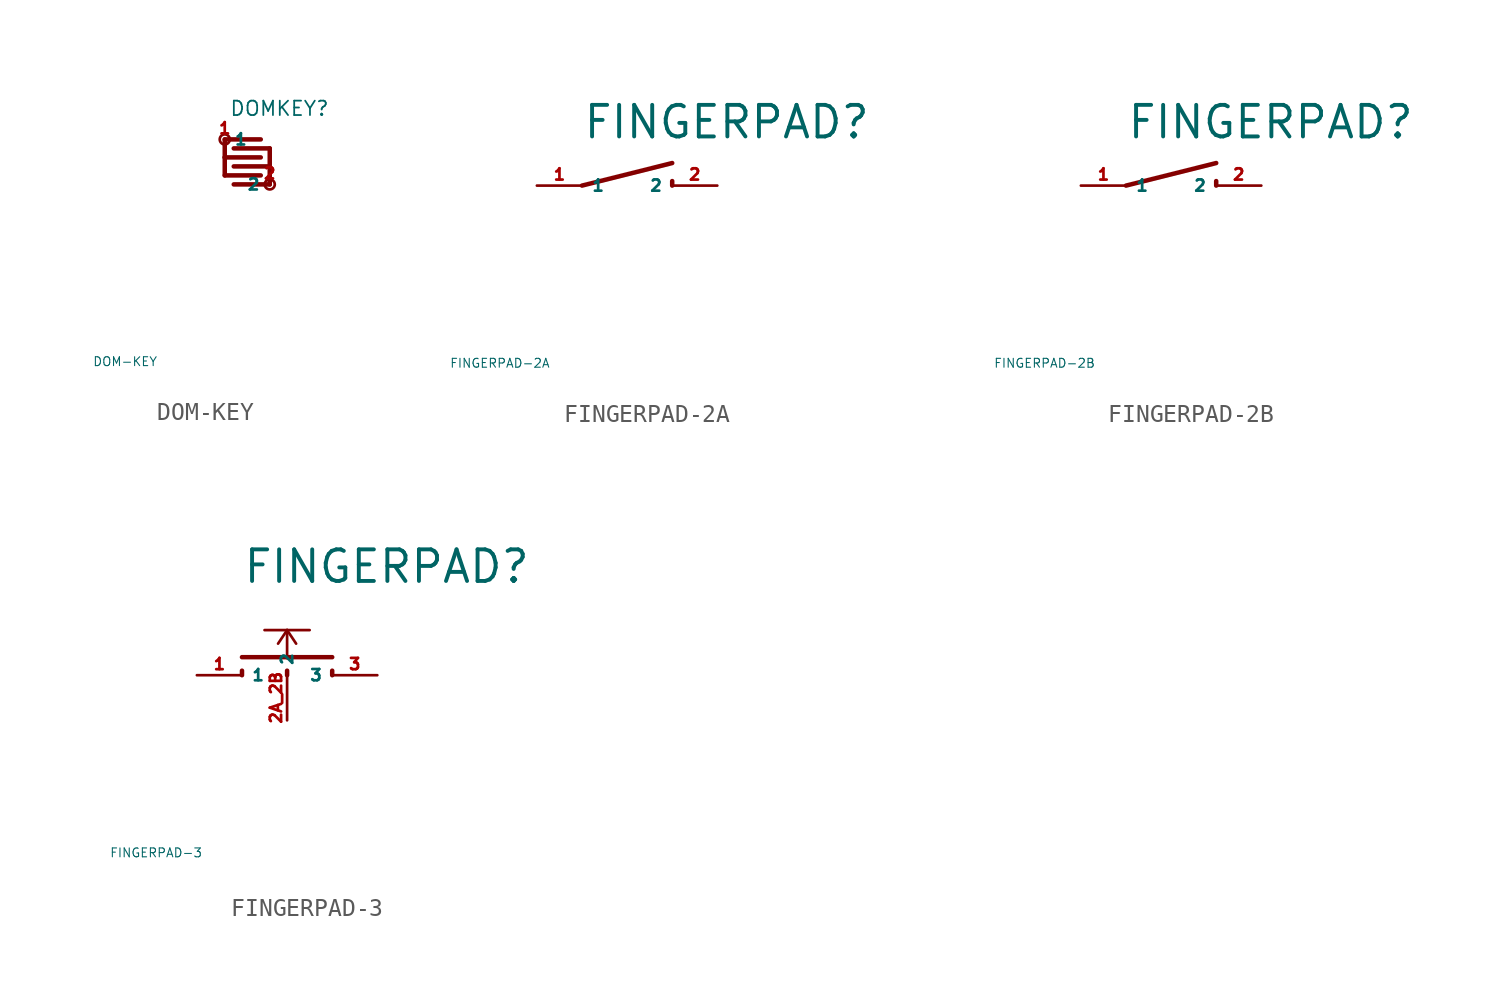
<source format=kicad_sym>
(kicad_symbol_lib
  (version 20220914)
  (generator Eagle2Kicad)
  (symbol "DOM-KEY"
    (property "Reference" "DOMKEY"
      (at -2.286 3.81 0)
      (effects (font (size 0.813 0.813) (thickness 0.10)) (justify left bottom)))
    (property "Value" "DOM-KEY"
      (at -10 -10 0)
      (effects (font (size 0.5 0.5) (thickness 0.06)) (justify left)))
    (polyline
      (pts (xy -2.54 1.524) (xy -2.54 0.508))
      (stroke (width 0.254) (type default))
      (fill (type none)))
    (polyline
      (pts (xy -2.54 0.508) (xy -0.508 0.508))
      (stroke (width 0.254) (type default))
      (fill (type none)))
    (polyline
      (pts (xy -2.54 1.524) (xy -0.508 1.524))
      (stroke (width 0.254) (type default))
      (fill (type none)))
    (polyline
      (pts (xy -2.032 1.016) (xy 0 1.016))
      (stroke (width 0.254) (type default))
      (fill (type none)))
    (polyline
      (pts (xy 0 2.032) (xy 0 1.016))
      (stroke (width 0.254) (type default))
      (fill (type none)))
    (polyline
      (pts (xy 0 1.016) (xy 0 0))
      (stroke (width 0.254) (type default))
      (fill (type none)))
    (polyline
      (pts (xy -2.54 1.524) (xy -2.54 2.54))
      (stroke (width 0.254) (type default))
      (fill (type none)))
    (polyline
      (pts (xy -2.54 2.54) (xy -0.508 2.54))
      (stroke (width 0.254) (type default))
      (fill (type none)))
    (polyline
      (pts (xy -2.032 2.032) (xy 0 2.032))
      (stroke (width 0.254) (type default))
      (fill (type none)))
    (polyline
      (pts (xy -2.032 0) (xy 0 0))
      (stroke (width 0.254) (type default))
      (fill (type none)))
    (circle
      (center -2.54 2.54)
      (radius 0.284)
      (stroke (width 0) (type default))
      (fill (type none)))
    (circle
      (center 0 0)
      (radius 0.284)
      (stroke (width 0) (type default))
      (fill (type none)))
    (pin passive line
      (at 0 0 180)
      (length 0)
      (name "2" (effects (font (size 0.635 0.635) (thickness 0.08)) (justify left bottom)))
      (number "2" (effects (font (size 0.635 0.635) (thickness 0.08)) (justify left bottom))))
    (pin passive line
      (at -2.54 2.54 0)
      (length 0)
      (name "1" (effects (font (size 0.635 0.635) (thickness 0.08)) (justify left bottom)))
      (number "1" (effects (font (size 0.635 0.635) (thickness 0.08)) (justify left bottom)))))
  (symbol "FINGERPAD-2A"
    (property "Reference" "FINGERPAD"
      (at -2.54 2.54 0)
      (effects (font (size 1.778 1.778) (thickness 0.22)) (justify left bottom)))
    (property "Value" "FINGERPAD-2A"
      (at -10 -10 0)
      (effects (font (size 0.5 0.5) (thickness 0.06)) (justify left)))
    (polyline
      (pts (xy -2.54 0) (xy 2.54 1.27))
      (stroke (width 0.254) (type default))
      (fill (type none)))
    (polyline
      (pts (xy 2.54 0) (xy 2.54 0.254))
      (stroke (width 0.254) (type default))
      (fill (type none)))
    (pin passive line
      (at -5.08 0 0)
      (length 2.54)
      (name "1" (effects (font (size 0.635 0.635) (thickness 0.08)) (justify left bottom)))
      (number "1" (effects (font (size 0.635 0.635) (thickness 0.08)) (justify left bottom))))
    (pin passive line
      (at 5.08 0 180)
      (length 2.54)
      (name "2" (effects (font (size 0.635 0.635) (thickness 0.08)) (justify left bottom)))
      (number "2" (effects (font (size 0.635 0.635) (thickness 0.08)) (justify left bottom)))))
  (symbol "FINGERPAD-2B"
    (property "Reference" "FINGERPAD"
      (at -2.54 2.54 0)
      (effects (font (size 1.778 1.778) (thickness 0.22)) (justify left bottom)))
    (property "Value" "FINGERPAD-2B"
      (at -10 -10 0)
      (effects (font (size 0.5 0.5) (thickness 0.06)) (justify left)))
    (polyline
      (pts (xy -2.54 0) (xy 2.54 1.27))
      (stroke (width 0.254) (type default))
      (fill (type none)))
    (polyline
      (pts (xy 2.54 0) (xy 2.54 0.254))
      (stroke (width 0.254) (type default))
      (fill (type none)))
    (pin passive line
      (at -5.08 0 0)
      (length 2.54)
      (name "1" (effects (font (size 0.635 0.635) (thickness 0.08)) (justify left bottom)))
      (number "1" (effects (font (size 0.635 0.635) (thickness 0.08)) (justify left bottom))))
    (pin passive line
      (at 5.08 0 180)
      (length 2.54)
      (name "2" (effects (font (size 0.635 0.635) (thickness 0.08)) (justify left bottom)))
      (number "2" (effects (font (size 0.635 0.635) (thickness 0.08)) (justify left bottom)))))
  (symbol "FINGERPAD-3"
    (property "Reference" "FINGERPAD"
      (at -2.54 5.08 0)
      (effects (font (size 1.778 1.778) (thickness 0.22)) (justify left bottom)))
    (property "Value" "FINGERPAD-3"
      (at -10 -10 0)
      (effects (font (size 0.5 0.5) (thickness 0.06)) (justify left)))
    (polyline
      (pts (xy -2.54 1.016) (xy 0 1.016))
      (stroke (width 0.254) (type default))
      (fill (type none)))
    (polyline
      (pts (xy 0 1.016) (xy 2.54 1.016))
      (stroke (width 0.254) (type default))
      (fill (type none)))
    (polyline
      (pts (xy 2.54 0) (xy 2.54 0.254))
      (stroke (width 0.254) (type default))
      (fill (type none)))
    (polyline
      (pts (xy 0 0) (xy 0 0.254))
      (stroke (width 0.254) (type default))
      (fill (type none)))
    (polyline
      (pts (xy -2.54 0) (xy -2.54 0.254))
      (stroke (width 0.254) (type default))
      (fill (type none)))
    (polyline
      (pts (xy 0 1.016) (xy 0 2.54))
      (stroke (width 0.152) (type default))
      (fill (type none)))
    (polyline
      (pts (xy -1.27 2.54) (xy 0 2.54))
      (stroke (width 0.152) (type default))
      (fill (type none)))
    (polyline
      (pts (xy 1.27 2.54) (xy 0 2.54))
      (stroke (width 0.152) (type default))
      (fill (type none)))
    (polyline
      (pts (xy -0.508 1.778) (xy 0 2.54))
      (stroke (width 0.152) (type default))
      (fill (type none)))
    (polyline
      (pts (xy 0 2.54) (xy 0.508 1.778))
      (stroke (width 0.152) (type default))
      (fill (type none)))
    (pin passive line
      (at -5.08 0 0)
      (length 2.54)
      (name "1" (effects (font (size 0.635 0.635) (thickness 0.08)) (justify left bottom)))
      (number "1" (effects (font (size 0.635 0.635) (thickness 0.08)) (justify left bottom))))
    (pin passive line
      (at 0 -2.54 90)
      (length 2.54)
      (name "2" (effects (font (size 0.635 0.635) (thickness 0.08)) (justify left bottom)))
      (number "2A 2B" (effects (font (size 0.635 0.635) (thickness 0.08)) (justify left bottom))))
    (pin passive line
      (at 5.08 0 180)
      (length 2.54)
      (name "3" (effects (font (size 0.635 0.635) (thickness 0.08)) (justify left bottom)))
      (number "3" (effects (font (size 0.635 0.635) (thickness 0.08)) (justify left bottom))))))
</source>
